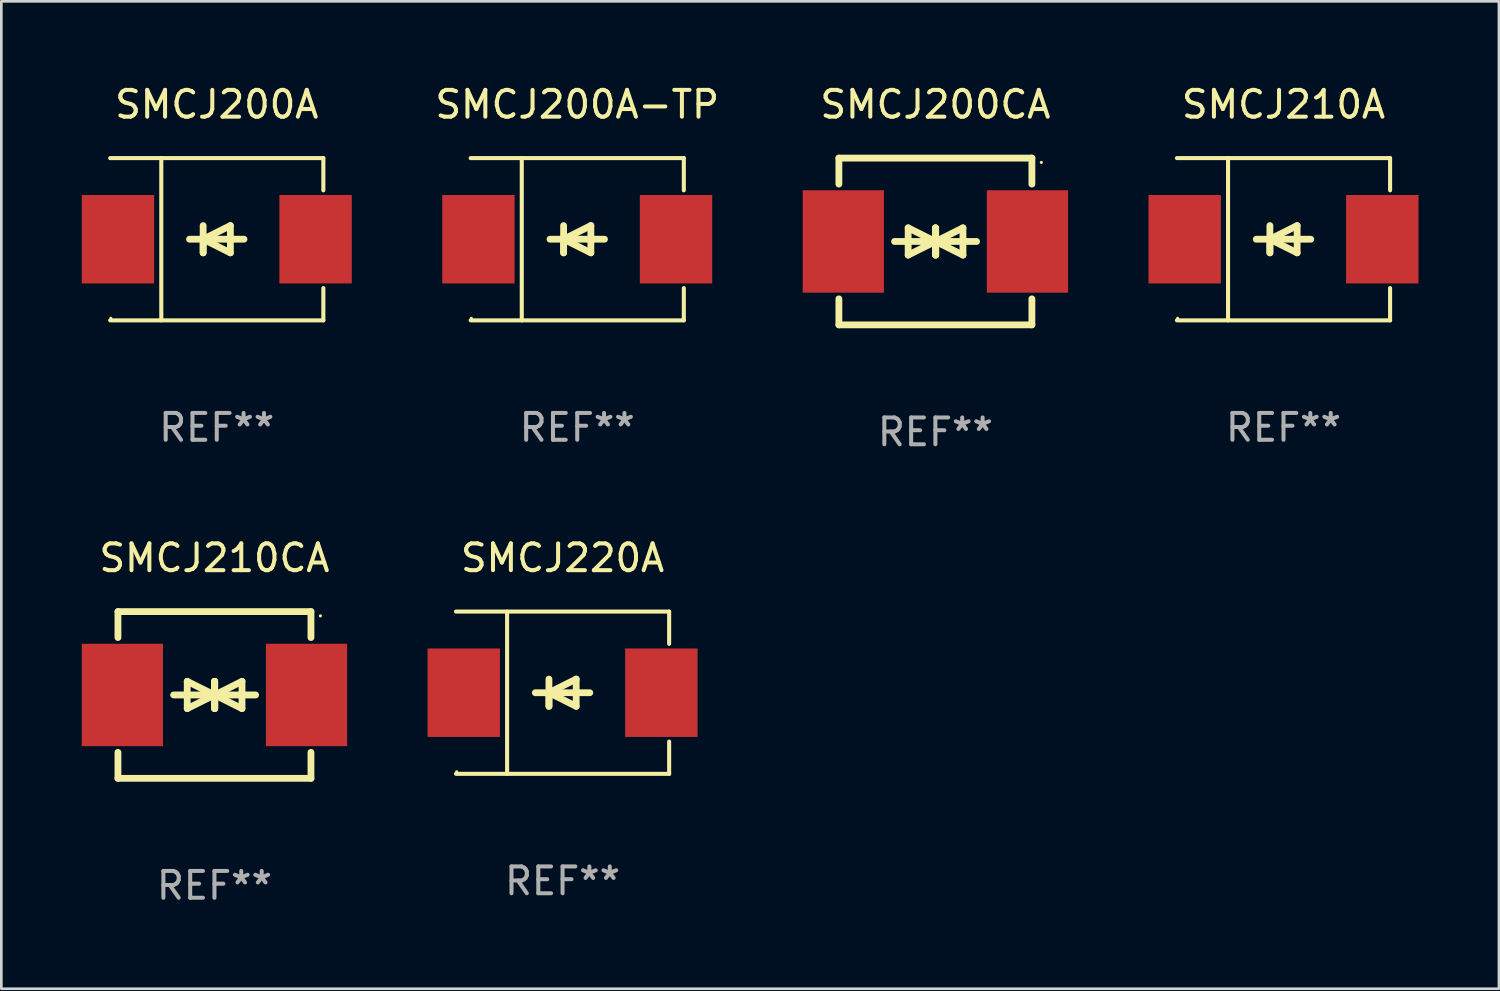
<source format=kicad_pcb>
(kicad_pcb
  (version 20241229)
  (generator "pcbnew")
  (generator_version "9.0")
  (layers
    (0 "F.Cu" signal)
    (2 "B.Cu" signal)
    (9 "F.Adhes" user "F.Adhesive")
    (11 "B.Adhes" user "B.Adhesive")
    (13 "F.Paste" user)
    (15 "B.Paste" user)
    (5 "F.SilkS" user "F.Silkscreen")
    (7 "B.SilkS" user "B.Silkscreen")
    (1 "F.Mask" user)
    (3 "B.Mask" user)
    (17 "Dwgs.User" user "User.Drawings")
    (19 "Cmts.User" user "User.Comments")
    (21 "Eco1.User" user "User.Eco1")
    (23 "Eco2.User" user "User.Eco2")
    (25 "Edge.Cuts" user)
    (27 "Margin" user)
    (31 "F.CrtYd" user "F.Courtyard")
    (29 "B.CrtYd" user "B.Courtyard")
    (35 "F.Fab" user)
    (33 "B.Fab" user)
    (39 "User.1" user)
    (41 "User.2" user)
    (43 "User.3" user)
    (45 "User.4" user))
  (footprint "SMCJ200A"
    (layer "F.Cu")
    (at 5.036 5.874)
    (property "Reference" "SMCJ200A" (at 0 -5.026 0) (layer "F.SilkS") (effects (font (size 1 1) (thickness 0.15))))
    (attr through_hole)
    (fp_line (start -3.976 -3.026) (end 3.976 -3.026) (stroke (width 0.152) (type solid)) (layer "F.SilkS"))
    (fp_line (start -3.976 3.026) (end 3.976 3.026) (stroke (width 0.152) (type solid)) (layer "F.SilkS"))
    (fp_line (start -2.069 -3.026) (end -2.069 3.026) (stroke (width 0.152) (type solid)) (layer "F.SilkS"))
    (fp_line (start -0.508 0) (end -0.508 0.508) (stroke (width 0.254) (type solid)) (layer "F.SilkS"))
    (fp_line (start -0.508 0) (end 0.508 0.508) (stroke (width 0.254) (type solid)) (layer "F.SilkS"))
    (fp_line (start -0.508 0.508) (end -0.508 -0.508) (stroke (width 0.254) (type solid)) (layer "F.SilkS"))
    (fp_line (start 0.508 -0.508) (end -0.508 0) (stroke (width 0.254) (type solid)) (layer "F.SilkS"))
    (fp_line (start 0.508 0.508) (end 0.508 -0.508) (stroke (width 0.254) (type solid)) (layer "F.SilkS"))
    (fp_line (start 1.016 0) (end -1.016 0) (stroke (width 0.254) (type solid)) (layer "F.SilkS"))
    (fp_line (start 3.976 -3.026) (end 3.976 -1.823) (stroke (width 0.152) (type solid)) (layer "F.SilkS"))
    (fp_line (start 3.976 3.026) (end 3.976 1.823) (stroke (width 0.152) (type solid)) (layer "F.SilkS"))
    (fp_circle (center -3.95 2.95) (end -3.92 2.95) (stroke (width 0.06) (type solid)) (fill no) (layer "F.SilkS"))
    (fp_text user "REF**" (at 0 7.026 0) (layer "F.Fab") (effects (font (size 1 1) (thickness 0.15))))
    (pad "1" smd rect (at -3.686 0) (size 2.7 3.3) (layers "F.Cu" "F.Mask" "F.Paste"))
    (pad "2" smd rect (at 3.686 0) (size 2.7 3.3) (layers "F.Cu" "F.Mask" "F.Paste")))
  (footprint "SMCJ220A"
    (layer "F.Cu")
    (at 17.936 22.791)
    (property "Reference" "SMCJ220A" (at 0 -5.026 0) (layer "F.SilkS") (effects (font (size 1 1) (thickness 0.15))))
    (attr through_hole)
    (fp_line (start -3.976 -3.026) (end 3.976 -3.026) (stroke (width 0.152) (type solid)) (layer "F.SilkS"))
    (fp_line (start -3.976 3.026) (end 3.976 3.026) (stroke (width 0.152) (type solid)) (layer "F.SilkS"))
    (fp_line (start -2.069 -3.026) (end -2.069 3.026) (stroke (width 0.152) (type solid)) (layer "F.SilkS"))
    (fp_line (start -0.508 0) (end -0.508 0.508) (stroke (width 0.254) (type solid)) (layer "F.SilkS"))
    (fp_line (start -0.508 0) (end 0.508 0.508) (stroke (width 0.254) (type solid)) (layer "F.SilkS"))
    (fp_line (start -0.508 0.508) (end -0.508 -0.508) (stroke (width 0.254) (type solid)) (layer "F.SilkS"))
    (fp_line (start 0.508 -0.508) (end -0.508 0) (stroke (width 0.254) (type solid)) (layer "F.SilkS"))
    (fp_line (start 0.508 0.508) (end 0.508 -0.508) (stroke (width 0.254) (type solid)) (layer "F.SilkS"))
    (fp_line (start 1.016 0) (end -1.016 0) (stroke (width 0.254) (type solid)) (layer "F.SilkS"))
    (fp_line (start 3.976 -3.026) (end 3.976 -1.823) (stroke (width 0.152) (type solid)) (layer "F.SilkS"))
    (fp_line (start 3.976 3.026) (end 3.976 1.823) (stroke (width 0.152) (type solid)) (layer "F.SilkS"))
    (fp_circle (center -3.95 2.95) (end -3.92 2.95) (stroke (width 0.06) (type solid)) (fill no) (layer "F.SilkS"))
    (fp_text user "REF**" (at 0 7.026 0) (layer "F.Fab") (effects (font (size 1 1) (thickness 0.15))))
    (pad "1" smd rect (at -3.686 0) (size 2.7 3.3) (layers "F.Cu" "F.Mask" "F.Paste"))
    (pad "2" smd rect (at 3.686 0) (size 2.7 3.3) (layers "F.Cu" "F.Mask" "F.Paste")))
  (footprint "SMCJ200CA"
    (layer "F.Cu")
    (at 31.844 5.958)
    (property "Reference" "SMCJ200CA" (at 0 -5.11 0) (layer "F.SilkS") (effects (font (size 1 1) (thickness 0.15))))
    (attr through_hole)
    (fp_line (start -3.6 -2.141) (end -3.6 -3.11) (stroke (width 0.254) (type solid)) (layer "F.SilkS"))
    (fp_line (start -3.6 3.11) (end -3.6 2.141) (stroke (width 0.254) (type solid)) (layer "F.SilkS"))
    (fp_line (start -1.524 0) (end 0.508 0) (stroke (width 0.254) (type solid)) (layer "F.SilkS"))
    (fp_line (start -1.016 -0.508) (end -1.016 0.508) (stroke (width 0.254) (type solid)) (layer "F.SilkS"))
    (fp_line (start -1.016 0.508) (end 0 0) (stroke (width 0.254) (type solid)) (layer "F.SilkS"))
    (fp_line (start 0 -0.508) (end 0 0.508) (stroke (width 0.254) (type solid)) (layer "F.SilkS"))
    (fp_line (start 0 0) (end -1.016 -0.508) (stroke (width 0.254) (type solid)) (layer "F.SilkS"))
    (fp_line (start 0 0) (end 0 -0.508) (stroke (width 0.254) (type solid)) (layer "F.SilkS"))
    (fp_line (start 0.012 0) (end 0.012 0.508) (stroke (width 0.254) (type solid)) (layer "F.SilkS"))
    (fp_line (start 0.012 0) (end 1.028 0.508) (stroke (width 0.254) (type solid)) (layer "F.SilkS"))
    (fp_line (start 0.012 0.508) (end 0.012 -0.508) (stroke (width 0.254) (type solid)) (layer "F.SilkS"))
    (fp_line (start 1.028 -0.508) (end 0.012 0) (stroke (width 0.254) (type solid)) (layer "F.SilkS"))
    (fp_line (start 1.028 0.508) (end 1.028 -0.508) (stroke (width 0.254) (type solid)) (layer "F.SilkS"))
    (fp_line (start 1.536 0) (end -0.496 0) (stroke (width 0.254) (type solid)) (layer "F.SilkS"))
    (fp_line (start 3.6 -3.11) (end -3.6 -3.11) (stroke (width 0.254) (type solid)) (layer "F.SilkS"))
    (fp_line (start 3.6 -2.141) (end 3.6 -3.11) (stroke (width 0.254) (type solid)) (layer "F.SilkS"))
    (fp_line (start 3.6 3.11) (end -3.6 3.11) (stroke (width 0.254) (type solid)) (layer "F.SilkS"))
    (fp_line (start 3.6 3.11) (end 3.6 2.141) (stroke (width 0.254) (type solid)) (layer "F.SilkS"))
    (fp_circle (center 3.952 -2.95) (end 3.982 -2.95) (stroke (width 0.06) (type solid)) (fill no) (layer "F.SilkS"))
    (fp_text user "REF**" (at 0 7.11 0) (layer "F.Fab") (effects (font (size 1 1) (thickness 0.15))))
    (pad "1" smd rect (at 3.435 0) (size 3.03 3.82) (layers "F.Cu" "F.Mask" "F.Paste"))
    (pad "2" smd rect (at -3.435 0) (size 3.03 3.82) (layers "F.Cu" "F.Mask" "F.Paste")))
  (footprint "SMCJ210CA"
    (layer "F.Cu")
    (at 4.95 22.875)
    (property "Reference" "SMCJ210CA" (at 0 -5.11 0) (layer "F.SilkS") (effects (font (size 1 1) (thickness 0.15))))
    (attr through_hole)
    (fp_line (start -3.6 -2.141) (end -3.6 -3.11) (stroke (width 0.254) (type solid)) (layer "F.SilkS"))
    (fp_line (start -3.6 3.11) (end -3.6 2.141) (stroke (width 0.254) (type solid)) (layer "F.SilkS"))
    (fp_line (start -1.524 0) (end 0.508 0) (stroke (width 0.254) (type solid)) (layer "F.SilkS"))
    (fp_line (start -1.016 -0.508) (end -1.016 0.508) (stroke (width 0.254) (type solid)) (layer "F.SilkS"))
    (fp_line (start -1.016 0.508) (end 0 0) (stroke (width 0.254) (type solid)) (layer "F.SilkS"))
    (fp_line (start 0 -0.508) (end 0 0.508) (stroke (width 0.254) (type solid)) (layer "F.SilkS"))
    (fp_line (start 0 0) (end -1.016 -0.508) (stroke (width 0.254) (type solid)) (layer "F.SilkS"))
    (fp_line (start 0 0) (end 0 -0.508) (stroke (width 0.254) (type solid)) (layer "F.SilkS"))
    (fp_line (start 0.012 0) (end 0.012 0.508) (stroke (width 0.254) (type solid)) (layer "F.SilkS"))
    (fp_line (start 0.012 0) (end 1.028 0.508) (stroke (width 0.254) (type solid)) (layer "F.SilkS"))
    (fp_line (start 0.012 0.508) (end 0.012 -0.508) (stroke (width 0.254) (type solid)) (layer "F.SilkS"))
    (fp_line (start 1.028 -0.508) (end 0.012 0) (stroke (width 0.254) (type solid)) (layer "F.SilkS"))
    (fp_line (start 1.028 0.508) (end 1.028 -0.508) (stroke (width 0.254) (type solid)) (layer "F.SilkS"))
    (fp_line (start 1.536 0) (end -0.496 0) (stroke (width 0.254) (type solid)) (layer "F.SilkS"))
    (fp_line (start 3.6 -3.11) (end -3.6 -3.11) (stroke (width 0.254) (type solid)) (layer "F.SilkS"))
    (fp_line (start 3.6 -2.141) (end 3.6 -3.11) (stroke (width 0.254) (type solid)) (layer "F.SilkS"))
    (fp_line (start 3.6 3.11) (end -3.6 3.11) (stroke (width 0.254) (type solid)) (layer "F.SilkS"))
    (fp_line (start 3.6 3.11) (end 3.6 2.141) (stroke (width 0.254) (type solid)) (layer "F.SilkS"))
    (fp_circle (center 3.952 -2.95) (end 3.982 -2.95) (stroke (width 0.06) (type solid)) (fill no) (layer "F.SilkS"))
    (fp_text user "REF**" (at 0 7.11 0) (layer "F.Fab") (effects (font (size 1 1) (thickness 0.15))))
    (pad "1" smd rect (at 3.435 0) (size 3.03 3.82) (layers "F.Cu" "F.Mask" "F.Paste"))
    (pad "2" smd rect (at -3.435 0) (size 3.03 3.82) (layers "F.Cu" "F.Mask" "F.Paste")))
  (footprint "SMCJ200A-TP"
    (layer "F.Cu")
    (at 18.483 5.874)
    (property "Reference" "SMCJ200A-TP" (at 0 -5.026 0) (layer "F.SilkS") (effects (font (size 1 1) (thickness 0.15))))
    (attr through_hole)
    (fp_line (start -3.976 -3.026) (end 3.976 -3.026) (stroke (width 0.152) (type solid)) (layer "F.SilkS"))
    (fp_line (start -3.976 3.026) (end 3.976 3.026) (stroke (width 0.152) (type solid)) (layer "F.SilkS"))
    (fp_line (start -2.069 -3.026) (end -2.069 3.026) (stroke (width 0.152) (type solid)) (layer "F.SilkS"))
    (fp_line (start -0.508 0) (end -0.508 0.508) (stroke (width 0.254) (type solid)) (layer "F.SilkS"))
    (fp_line (start -0.508 0) (end 0.508 0.508) (stroke (width 0.254) (type solid)) (layer "F.SilkS"))
    (fp_line (start -0.508 0.508) (end -0.508 -0.508) (stroke (width 0.254) (type solid)) (layer "F.SilkS"))
    (fp_line (start 0.508 -0.508) (end -0.508 0) (stroke (width 0.254) (type solid)) (layer "F.SilkS"))
    (fp_line (start 0.508 0.508) (end 0.508 -0.508) (stroke (width 0.254) (type solid)) (layer "F.SilkS"))
    (fp_line (start 1.016 0) (end -1.016 0) (stroke (width 0.254) (type solid)) (layer "F.SilkS"))
    (fp_line (start 3.976 -3.026) (end 3.976 -1.823) (stroke (width 0.152) (type solid)) (layer "F.SilkS"))
    (fp_line (start 3.976 3.026) (end 3.976 1.823) (stroke (width 0.152) (type solid)) (layer "F.SilkS"))
    (fp_circle (center -3.95 2.95) (end -3.92 2.95) (stroke (width 0.06) (type solid)) (fill no) (layer "F.SilkS"))
    (fp_text user "REF**" (at 0 7.026 0) (layer "F.Fab") (effects (font (size 1 1) (thickness 0.15))))
    (pad "1" smd rect (at -3.686 0) (size 2.7 3.3) (layers "F.Cu" "F.Mask" "F.Paste"))
    (pad "2" smd rect (at 3.686 0) (size 2.7 3.3) (layers "F.Cu" "F.Mask" "F.Paste")))
  (footprint "SMCJ210A"
    (layer "F.Cu")
    (at 44.83 5.874)
    (property "Reference" "SMCJ210A" (at 0 -5.026 0) (layer "F.SilkS") (effects (font (size 1 1) (thickness 0.15))))
    (attr through_hole)
    (fp_line (start -3.976 -3.026) (end 3.976 -3.026) (stroke (width 0.152) (type solid)) (layer "F.SilkS"))
    (fp_line (start -3.976 3.026) (end 3.976 3.026) (stroke (width 0.152) (type solid)) (layer "F.SilkS"))
    (fp_line (start -2.069 -3.026) (end -2.069 3.026) (stroke (width 0.152) (type solid)) (layer "F.SilkS"))
    (fp_line (start -0.508 0) (end -0.508 0.508) (stroke (width 0.254) (type solid)) (layer "F.SilkS"))
    (fp_line (start -0.508 0) (end 0.508 0.508) (stroke (width 0.254) (type solid)) (layer "F.SilkS"))
    (fp_line (start -0.508 0.508) (end -0.508 -0.508) (stroke (width 0.254) (type solid)) (layer "F.SilkS"))
    (fp_line (start 0.508 -0.508) (end -0.508 0) (stroke (width 0.254) (type solid)) (layer "F.SilkS"))
    (fp_line (start 0.508 0.508) (end 0.508 -0.508) (stroke (width 0.254) (type solid)) (layer "F.SilkS"))
    (fp_line (start 1.016 0) (end -1.016 0) (stroke (width 0.254) (type solid)) (layer "F.SilkS"))
    (fp_line (start 3.976 -3.026) (end 3.976 -1.823) (stroke (width 0.152) (type solid)) (layer "F.SilkS"))
    (fp_line (start 3.976 3.026) (end 3.976 1.823) (stroke (width 0.152) (type solid)) (layer "F.SilkS"))
    (fp_circle (center -3.95 2.95) (end -3.92 2.95) (stroke (width 0.06) (type solid)) (fill no) (layer "F.SilkS"))
    (fp_text user "REF**" (at 0 7.026 0) (layer "F.Fab") (effects (font (size 1 1) (thickness 0.15))))
    (pad "1" smd rect (at -3.686 0) (size 2.7 3.3) (layers "F.Cu" "F.Mask" "F.Paste"))
    (pad "2" smd rect (at 3.686 0) (size 2.7 3.3) (layers "F.Cu" "F.Mask" "F.Paste")))
  (gr_rect
    (start -3 -3)
    (end 52.867 33.833)
    (stroke (width 0.1) (type default))
    (fill no)
    (layer "Edge.Cuts")))
</source>
